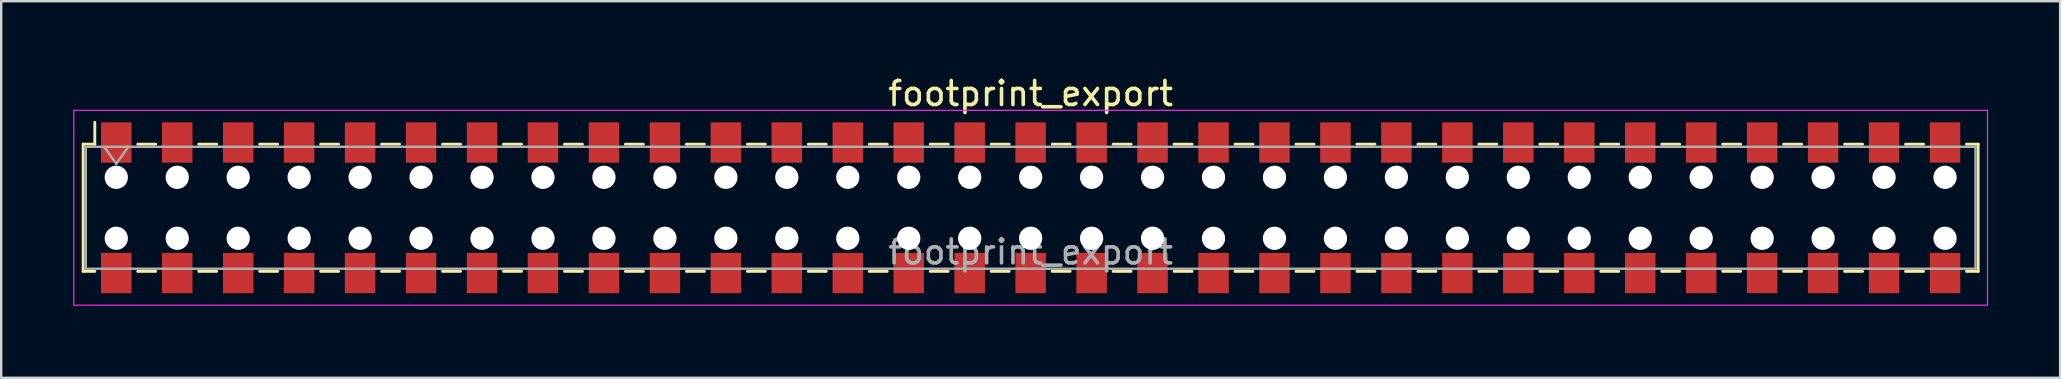
<source format=kicad_pcb>
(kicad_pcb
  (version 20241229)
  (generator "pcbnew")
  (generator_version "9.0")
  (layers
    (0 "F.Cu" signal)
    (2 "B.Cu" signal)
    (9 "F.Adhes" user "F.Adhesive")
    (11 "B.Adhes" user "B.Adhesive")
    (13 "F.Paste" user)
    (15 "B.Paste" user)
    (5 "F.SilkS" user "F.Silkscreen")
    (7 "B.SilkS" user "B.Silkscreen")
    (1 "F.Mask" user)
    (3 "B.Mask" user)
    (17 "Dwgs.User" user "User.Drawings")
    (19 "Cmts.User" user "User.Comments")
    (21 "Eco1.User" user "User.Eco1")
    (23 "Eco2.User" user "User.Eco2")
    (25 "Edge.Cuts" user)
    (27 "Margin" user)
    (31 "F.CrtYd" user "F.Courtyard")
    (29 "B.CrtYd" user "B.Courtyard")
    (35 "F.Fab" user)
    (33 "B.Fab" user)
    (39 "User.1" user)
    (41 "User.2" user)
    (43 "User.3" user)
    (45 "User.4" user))
  (footprint "footprint_export"
    (layer "F.Cu")
    (at 39.895 5.608)
    (property "Reference" "footprint_export" (at 0 -4.76 0) (layer "F.SilkS") (effects (font (size 1 1) (thickness 0.15))))
    (attr smd)
    (fp_line (start -39.48 -2.65) (end -39.48 2.65) (stroke (width 0.12) (type solid)) (layer "F.SilkS"))
    (fp_line (start -39.48 2.65) (end -38.995 2.65) (stroke (width 0.12) (type solid)) (layer "F.SilkS"))
    (fp_line (start -38.995 -3.56) (end -38.995 -2.65) (stroke (width 0.12) (type solid)) (layer "F.SilkS"))
    (fp_line (start -38.995 -2.65) (end -39.48 -2.65) (stroke (width 0.12) (type solid)) (layer "F.SilkS"))
    (fp_line (start -37.205 -2.65) (end -36.455 -2.65) (stroke (width 0.12) (type solid)) (layer "F.SilkS"))
    (fp_line (start -37.205 2.65) (end -36.455 2.65) (stroke (width 0.12) (type solid)) (layer "F.SilkS"))
    (fp_line (start -34.665 -2.65) (end -33.915 -2.65) (stroke (width 0.12) (type solid)) (layer "F.SilkS"))
    (fp_line (start -34.665 2.65) (end -33.915 2.65) (stroke (width 0.12) (type solid)) (layer "F.SilkS"))
    (fp_line (start -32.125 -2.65) (end -31.375 -2.65) (stroke (width 0.12) (type solid)) (layer "F.SilkS"))
    (fp_line (start -32.125 2.65) (end -31.375 2.65) (stroke (width 0.12) (type solid)) (layer "F.SilkS"))
    (fp_line (start -29.585 -2.65) (end -28.835 -2.65) (stroke (width 0.12) (type solid)) (layer "F.SilkS"))
    (fp_line (start -29.585 2.65) (end -28.835 2.65) (stroke (width 0.12) (type solid)) (layer "F.SilkS"))
    (fp_line (start -27.045 -2.65) (end -26.295 -2.65) (stroke (width 0.12) (type solid)) (layer "F.SilkS"))
    (fp_line (start -27.045 2.65) (end -26.295 2.65) (stroke (width 0.12) (type solid)) (layer "F.SilkS"))
    (fp_line (start -24.505 -2.65) (end -23.755 -2.65) (stroke (width 0.12) (type solid)) (layer "F.SilkS"))
    (fp_line (start -24.505 2.65) (end -23.755 2.65) (stroke (width 0.12) (type solid)) (layer "F.SilkS"))
    (fp_line (start -21.965 -2.65) (end -21.215 -2.65) (stroke (width 0.12) (type solid)) (layer "F.SilkS"))
    (fp_line (start -21.965 2.65) (end -21.215 2.65) (stroke (width 0.12) (type solid)) (layer "F.SilkS"))
    (fp_line (start -19.425 -2.65) (end -18.675 -2.65) (stroke (width 0.12) (type solid)) (layer "F.SilkS"))
    (fp_line (start -19.425 2.65) (end -18.675 2.65) (stroke (width 0.12) (type solid)) (layer "F.SilkS"))
    (fp_line (start -16.885 -2.65) (end -16.135 -2.65) (stroke (width 0.12) (type solid)) (layer "F.SilkS"))
    (fp_line (start -16.885 2.65) (end -16.135 2.65) (stroke (width 0.12) (type solid)) (layer "F.SilkS"))
    (fp_line (start -14.345 -2.65) (end -13.595 -2.65) (stroke (width 0.12) (type solid)) (layer "F.SilkS"))
    (fp_line (start -14.345 2.65) (end -13.595 2.65) (stroke (width 0.12) (type solid)) (layer "F.SilkS"))
    (fp_line (start -11.805 -2.65) (end -11.055 -2.65) (stroke (width 0.12) (type solid)) (layer "F.SilkS"))
    (fp_line (start -11.805 2.65) (end -11.055 2.65) (stroke (width 0.12) (type solid)) (layer "F.SilkS"))
    (fp_line (start -9.265 -2.65) (end -8.515 -2.65) (stroke (width 0.12) (type solid)) (layer "F.SilkS"))
    (fp_line (start -9.265 2.65) (end -8.515 2.65) (stroke (width 0.12) (type solid)) (layer "F.SilkS"))
    (fp_line (start -6.725 -2.65) (end -5.975 -2.65) (stroke (width 0.12) (type solid)) (layer "F.SilkS"))
    (fp_line (start -6.725 2.65) (end -5.975 2.65) (stroke (width 0.12) (type solid)) (layer "F.SilkS"))
    (fp_line (start -4.185 -2.65) (end -3.435 -2.65) (stroke (width 0.12) (type solid)) (layer "F.SilkS"))
    (fp_line (start -4.185 2.65) (end -3.435 2.65) (stroke (width 0.12) (type solid)) (layer "F.SilkS"))
    (fp_line (start -1.645 -2.65) (end -0.895 -2.65) (stroke (width 0.12) (type solid)) (layer "F.SilkS"))
    (fp_line (start -1.645 2.65) (end -0.895 2.65) (stroke (width 0.12) (type solid)) (layer "F.SilkS"))
    (fp_line (start 0.895 -2.65) (end 1.645 -2.65) (stroke (width 0.12) (type solid)) (layer "F.SilkS"))
    (fp_line (start 0.895 2.65) (end 1.645 2.65) (stroke (width 0.12) (type solid)) (layer "F.SilkS"))
    (fp_line (start 3.435 -2.65) (end 4.185 -2.65) (stroke (width 0.12) (type solid)) (layer "F.SilkS"))
    (fp_line (start 3.435 2.65) (end 4.185 2.65) (stroke (width 0.12) (type solid)) (layer "F.SilkS"))
    (fp_line (start 5.975 -2.65) (end 6.725 -2.65) (stroke (width 0.12) (type solid)) (layer "F.SilkS"))
    (fp_line (start 5.975 2.65) (end 6.725 2.65) (stroke (width 0.12) (type solid)) (layer "F.SilkS"))
    (fp_line (start 8.515 -2.65) (end 9.265 -2.65) (stroke (width 0.12) (type solid)) (layer "F.SilkS"))
    (fp_line (start 8.515 2.65) (end 9.265 2.65) (stroke (width 0.12) (type solid)) (layer "F.SilkS"))
    (fp_line (start 11.055 -2.65) (end 11.805 -2.65) (stroke (width 0.12) (type solid)) (layer "F.SilkS"))
    (fp_line (start 11.055 2.65) (end 11.805 2.65) (stroke (width 0.12) (type solid)) (layer "F.SilkS"))
    (fp_line (start 13.595 -2.65) (end 14.345 -2.65) (stroke (width 0.12) (type solid)) (layer "F.SilkS"))
    (fp_line (start 13.595 2.65) (end 14.345 2.65) (stroke (width 0.12) (type solid)) (layer "F.SilkS"))
    (fp_line (start 16.135 -2.65) (end 16.885 -2.65) (stroke (width 0.12) (type solid)) (layer "F.SilkS"))
    (fp_line (start 16.135 2.65) (end 16.885 2.65) (stroke (width 0.12) (type solid)) (layer "F.SilkS"))
    (fp_line (start 18.675 -2.65) (end 19.425 -2.65) (stroke (width 0.12) (type solid)) (layer "F.SilkS"))
    (fp_line (start 18.675 2.65) (end 19.425 2.65) (stroke (width 0.12) (type solid)) (layer "F.SilkS"))
    (fp_line (start 21.215 -2.65) (end 21.965 -2.65) (stroke (width 0.12) (type solid)) (layer "F.SilkS"))
    (fp_line (start 21.215 2.65) (end 21.965 2.65) (stroke (width 0.12) (type solid)) (layer "F.SilkS"))
    (fp_line (start 23.755 -2.65) (end 24.505 -2.65) (stroke (width 0.12) (type solid)) (layer "F.SilkS"))
    (fp_line (start 23.755 2.65) (end 24.505 2.65) (stroke (width 0.12) (type solid)) (layer "F.SilkS"))
    (fp_line (start 26.295 -2.65) (end 27.045 -2.65) (stroke (width 0.12) (type solid)) (layer "F.SilkS"))
    (fp_line (start 26.295 2.65) (end 27.045 2.65) (stroke (width 0.12) (type solid)) (layer "F.SilkS"))
    (fp_line (start 28.835 -2.65) (end 29.585 -2.65) (stroke (width 0.12) (type solid)) (layer "F.SilkS"))
    (fp_line (start 28.835 2.65) (end 29.585 2.65) (stroke (width 0.12) (type solid)) (layer "F.SilkS"))
    (fp_line (start 31.375 -2.65) (end 32.125 -2.65) (stroke (width 0.12) (type solid)) (layer "F.SilkS"))
    (fp_line (start 31.375 2.65) (end 32.125 2.65) (stroke (width 0.12) (type solid)) (layer "F.SilkS"))
    (fp_line (start 33.915 -2.65) (end 34.665 -2.65) (stroke (width 0.12) (type solid)) (layer "F.SilkS"))
    (fp_line (start 33.915 2.65) (end 34.665 2.65) (stroke (width 0.12) (type solid)) (layer "F.SilkS"))
    (fp_line (start 36.455 -2.65) (end 37.205 -2.65) (stroke (width 0.12) (type solid)) (layer "F.SilkS"))
    (fp_line (start 36.455 2.65) (end 37.205 2.65) (stroke (width 0.12) (type solid)) (layer "F.SilkS"))
    (fp_line (start 38.995 -2.65) (end 39.48 -2.65) (stroke (width 0.12) (type solid)) (layer "F.SilkS"))
    (fp_line (start 39.48 -2.65) (end 39.48 2.65) (stroke (width 0.12) (type solid)) (layer "F.SilkS"))
    (fp_line (start 39.48 2.65) (end 38.995 2.65) (stroke (width 0.12) (type solid)) (layer "F.SilkS"))
    (fp_line (start -39.87 -4.06) (end 39.87 -4.06) (stroke (width 0.05) (type solid)) (layer "F.CrtYd"))
    (fp_line (start -39.87 4.06) (end -39.87 -4.06) (stroke (width 0.05) (type solid)) (layer "F.CrtYd"))
    (fp_line (start 39.87 -4.06) (end 39.87 4.06) (stroke (width 0.05) (type solid)) (layer "F.CrtYd"))
    (fp_line (start 39.87 4.06) (end -39.87 4.06) (stroke (width 0.05) (type solid)) (layer "F.CrtYd"))
    (fp_line (start -39.37 -2.54) (end 39.37 -2.54) (stroke (width 0.1) (type solid)) (layer "F.Fab"))
    (fp_line (start -39.37 2.54) (end -39.37 -2.54) (stroke (width 0.1) (type solid)) (layer "F.Fab"))
    (fp_line (start -38.6 -2.54) (end -38.1 -1.833) (stroke (width 0.1) (type solid)) (layer "F.Fab"))
    (fp_line (start -38.1 -1.833) (end -37.6 -2.54) (stroke (width 0.1) (type solid)) (layer "F.Fab"))
    (fp_line (start 39.37 -2.54) (end 39.37 2.54) (stroke (width 0.1) (type solid)) (layer "F.Fab"))
    (fp_line (start 39.37 2.54) (end -39.37 2.54) (stroke (width 0.1) (type solid)) (layer "F.Fab"))
    (fp_text user "${REFERENCE}" (at 0 1.84 0) (layer "F.Fab") (effects (font (size 1 1) (thickness 0.15))))
    (pad "" np_thru_hole circle (at -38.1 -1.27) (size 0.97 0.97) (drill 0.97) (layers "*.Cu" "*.Mask"))
    (pad "" np_thru_hole circle (at -38.1 1.27) (size 0.97 0.97) (drill 0.97) (layers "*.Cu" "*.Mask"))
    (pad "" np_thru_hole circle (at -35.56 -1.27) (size 0.97 0.97) (drill 0.97) (layers "*.Cu" "*.Mask"))
    (pad "" np_thru_hole circle (at -35.56 1.27) (size 0.97 0.97) (drill 0.97) (layers "*.Cu" "*.Mask"))
    (pad "" np_thru_hole circle (at -33.02 -1.27) (size 0.97 0.97) (drill 0.97) (layers "*.Cu" "*.Mask"))
    (pad "" np_thru_hole circle (at -33.02 1.27) (size 0.97 0.97) (drill 0.97) (layers "*.Cu" "*.Mask"))
    (pad "" np_thru_hole circle (at -30.48 -1.27) (size 0.97 0.97) (drill 0.97) (layers "*.Cu" "*.Mask"))
    (pad "" np_thru_hole circle (at -30.48 1.27) (size 0.97 0.97) (drill 0.97) (layers "*.Cu" "*.Mask"))
    (pad "" np_thru_hole circle (at -27.94 -1.27) (size 0.97 0.97) (drill 0.97) (layers "*.Cu" "*.Mask"))
    (pad "" np_thru_hole circle (at -27.94 1.27) (size 0.97 0.97) (drill 0.97) (layers "*.Cu" "*.Mask"))
    (pad "" np_thru_hole circle (at -25.4 -1.27) (size 0.97 0.97) (drill 0.97) (layers "*.Cu" "*.Mask"))
    (pad "" np_thru_hole circle (at -25.4 1.27) (size 0.97 0.97) (drill 0.97) (layers "*.Cu" "*.Mask"))
    (pad "" np_thru_hole circle (at -22.86 -1.27) (size 0.97 0.97) (drill 0.97) (layers "*.Cu" "*.Mask"))
    (pad "" np_thru_hole circle (at -22.86 1.27) (size 0.97 0.97) (drill 0.97) (layers "*.Cu" "*.Mask"))
    (pad "" np_thru_hole circle (at -20.32 -1.27) (size 0.97 0.97) (drill 0.97) (layers "*.Cu" "*.Mask"))
    (pad "" np_thru_hole circle (at -20.32 1.27) (size 0.97 0.97) (drill 0.97) (layers "*.Cu" "*.Mask"))
    (pad "" np_thru_hole circle (at -17.78 -1.27) (size 0.97 0.97) (drill 0.97) (layers "*.Cu" "*.Mask"))
    (pad "" np_thru_hole circle (at -17.78 1.27) (size 0.97 0.97) (drill 0.97) (layers "*.Cu" "*.Mask"))
    (pad "" np_thru_hole circle (at -15.24 -1.27) (size 0.97 0.97) (drill 0.97) (layers "*.Cu" "*.Mask"))
    (pad "" np_thru_hole circle (at -15.24 1.27) (size 0.97 0.97) (drill 0.97) (layers "*.Cu" "*.Mask"))
    (pad "" np_thru_hole circle (at -12.7 -1.27) (size 0.97 0.97) (drill 0.97) (layers "*.Cu" "*.Mask"))
    (pad "" np_thru_hole circle (at -12.7 1.27) (size 0.97 0.97) (drill 0.97) (layers "*.Cu" "*.Mask"))
    (pad "" np_thru_hole circle (at -10.16 -1.27) (size 0.97 0.97) (drill 0.97) (layers "*.Cu" "*.Mask"))
    (pad "" np_thru_hole circle (at -10.16 1.27) (size 0.97 0.97) (drill 0.97) (layers "*.Cu" "*.Mask"))
    (pad "" np_thru_hole circle (at -7.62 -1.27) (size 0.97 0.97) (drill 0.97) (layers "*.Cu" "*.Mask"))
    (pad "" np_thru_hole circle (at -7.62 1.27) (size 0.97 0.97) (drill 0.97) (layers "*.Cu" "*.Mask"))
    (pad "" np_thru_hole circle (at -5.08 -1.27) (size 0.97 0.97) (drill 0.97) (layers "*.Cu" "*.Mask"))
    (pad "" np_thru_hole circle (at -5.08 1.27) (size 0.97 0.97) (drill 0.97) (layers "*.Cu" "*.Mask"))
    (pad "" np_thru_hole circle (at -2.54 -1.27) (size 0.97 0.97) (drill 0.97) (layers "*.Cu" "*.Mask"))
    (pad "" np_thru_hole circle (at -2.54 1.27) (size 0.97 0.97) (drill 0.97) (layers "*.Cu" "*.Mask"))
    (pad "" np_thru_hole circle (at 0 -1.27) (size 0.97 0.97) (drill 0.97) (layers "*.Cu" "*.Mask"))
    (pad "" np_thru_hole circle (at 0 1.27) (size 0.97 0.97) (drill 0.97) (layers "*.Cu" "*.Mask"))
    (pad "" np_thru_hole circle (at 2.54 -1.27) (size 0.97 0.97) (drill 0.97) (layers "*.Cu" "*.Mask"))
    (pad "" np_thru_hole circle (at 2.54 1.27) (size 0.97 0.97) (drill 0.97) (layers "*.Cu" "*.Mask"))
    (pad "" np_thru_hole circle (at 5.08 -1.27) (size 0.97 0.97) (drill 0.97) (layers "*.Cu" "*.Mask"))
    (pad "" np_thru_hole circle (at 5.08 1.27) (size 0.97 0.97) (drill 0.97) (layers "*.Cu" "*.Mask"))
    (pad "" np_thru_hole circle (at 7.62 -1.27) (size 0.97 0.97) (drill 0.97) (layers "*.Cu" "*.Mask"))
    (pad "" np_thru_hole circle (at 7.62 1.27) (size 0.97 0.97) (drill 0.97) (layers "*.Cu" "*.Mask"))
    (pad "" np_thru_hole circle (at 10.16 -1.27) (size 0.97 0.97) (drill 0.97) (layers "*.Cu" "*.Mask"))
    (pad "" np_thru_hole circle (at 10.16 1.27) (size 0.97 0.97) (drill 0.97) (layers "*.Cu" "*.Mask"))
    (pad "" np_thru_hole circle (at 12.7 -1.27) (size 0.97 0.97) (drill 0.97) (layers "*.Cu" "*.Mask"))
    (pad "" np_thru_hole circle (at 12.7 1.27) (size 0.97 0.97) (drill 0.97) (layers "*.Cu" "*.Mask"))
    (pad "" np_thru_hole circle (at 15.24 -1.27) (size 0.97 0.97) (drill 0.97) (layers "*.Cu" "*.Mask"))
    (pad "" np_thru_hole circle (at 15.24 1.27) (size 0.97 0.97) (drill 0.97) (layers "*.Cu" "*.Mask"))
    (pad "" np_thru_hole circle (at 17.78 -1.27) (size 0.97 0.97) (drill 0.97) (layers "*.Cu" "*.Mask"))
    (pad "" np_thru_hole circle (at 17.78 1.27) (size 0.97 0.97) (drill 0.97) (layers "*.Cu" "*.Mask"))
    (pad "" np_thru_hole circle (at 20.32 -1.27) (size 0.97 0.97) (drill 0.97) (layers "*.Cu" "*.Mask"))
    (pad "" np_thru_hole circle (at 20.32 1.27) (size 0.97 0.97) (drill 0.97) (layers "*.Cu" "*.Mask"))
    (pad "" np_thru_hole circle (at 22.86 -1.27) (size 0.97 0.97) (drill 0.97) (layers "*.Cu" "*.Mask"))
    (pad "" np_thru_hole circle (at 22.86 1.27) (size 0.97 0.97) (drill 0.97) (layers "*.Cu" "*.Mask"))
    (pad "" np_thru_hole circle (at 25.4 -1.27) (size 0.97 0.97) (drill 0.97) (layers "*.Cu" "*.Mask"))
    (pad "" np_thru_hole circle (at 25.4 1.27) (size 0.97 0.97) (drill 0.97) (layers "*.Cu" "*.Mask"))
    (pad "" np_thru_hole circle (at 27.94 -1.27) (size 0.97 0.97) (drill 0.97) (layers "*.Cu" "*.Mask"))
    (pad "" np_thru_hole circle (at 27.94 1.27) (size 0.97 0.97) (drill 0.97) (layers "*.Cu" "*.Mask"))
    (pad "" np_thru_hole circle (at 30.48 -1.27) (size 0.97 0.97) (drill 0.97) (layers "*.Cu" "*.Mask"))
    (pad "" np_thru_hole circle (at 30.48 1.27) (size 0.97 0.97) (drill 0.97) (layers "*.Cu" "*.Mask"))
    (pad "" np_thru_hole circle (at 33.02 -1.27) (size 0.97 0.97) (drill 0.97) (layers "*.Cu" "*.Mask"))
    (pad "" np_thru_hole circle (at 33.02 1.27) (size 0.97 0.97) (drill 0.97) (layers "*.Cu" "*.Mask"))
    (pad "" np_thru_hole circle (at 35.56 -1.27) (size 0.97 0.97) (drill 0.97) (layers "*.Cu" "*.Mask"))
    (pad "" np_thru_hole circle (at 35.56 1.27) (size 0.97 0.97) (drill 0.97) (layers "*.Cu" "*.Mask"))
    (pad "" np_thru_hole circle (at 38.1 -1.27) (size 0.97 0.97) (drill 0.97) (layers "*.Cu" "*.Mask"))
    (pad "" np_thru_hole circle (at 38.1 1.27) (size 0.97 0.97) (drill 0.97) (layers "*.Cu" "*.Mask"))
    (pad "1" smd rect (at -38.1 -2.72) (size 1.27 1.68) (layers "F.Cu" "F.Mask" "F.Paste"))
    (pad "2" smd rect (at -38.1 2.72) (size 1.27 1.68) (layers "F.Cu" "F.Mask" "F.Paste"))
    (pad "3" smd rect (at -35.56 -2.72) (size 1.27 1.68) (layers "F.Cu" "F.Mask" "F.Paste"))
    (pad "4" smd rect (at -35.56 2.72) (size 1.27 1.68) (layers "F.Cu" "F.Mask" "F.Paste"))
    (pad "5" smd rect (at -33.02 -2.72) (size 1.27 1.68) (layers "F.Cu" "F.Mask" "F.Paste"))
    (pad "6" smd rect (at -33.02 2.72) (size 1.27 1.68) (layers "F.Cu" "F.Mask" "F.Paste"))
    (pad "7" smd rect (at -30.48 -2.72) (size 1.27 1.68) (layers "F.Cu" "F.Mask" "F.Paste"))
    (pad "8" smd rect (at -30.48 2.72) (size 1.27 1.68) (layers "F.Cu" "F.Mask" "F.Paste"))
    (pad "9" smd rect (at -27.94 -2.72) (size 1.27 1.68) (layers "F.Cu" "F.Mask" "F.Paste"))
    (pad "10" smd rect (at -27.94 2.72) (size 1.27 1.68) (layers "F.Cu" "F.Mask" "F.Paste"))
    (pad "11" smd rect (at -25.4 -2.72) (size 1.27 1.68) (layers "F.Cu" "F.Mask" "F.Paste"))
    (pad "12" smd rect (at -25.4 2.72) (size 1.27 1.68) (layers "F.Cu" "F.Mask" "F.Paste"))
    (pad "13" smd rect (at -22.86 -2.72) (size 1.27 1.68) (layers "F.Cu" "F.Mask" "F.Paste"))
    (pad "14" smd rect (at -22.86 2.72) (size 1.27 1.68) (layers "F.Cu" "F.Mask" "F.Paste"))
    (pad "15" smd rect (at -20.32 -2.72) (size 1.27 1.68) (layers "F.Cu" "F.Mask" "F.Paste"))
    (pad "16" smd rect (at -20.32 2.72) (size 1.27 1.68) (layers "F.Cu" "F.Mask" "F.Paste"))
    (pad "17" smd rect (at -17.78 -2.72) (size 1.27 1.68) (layers "F.Cu" "F.Mask" "F.Paste"))
    (pad "18" smd rect (at -17.78 2.72) (size 1.27 1.68) (layers "F.Cu" "F.Mask" "F.Paste"))
    (pad "19" smd rect (at -15.24 -2.72) (size 1.27 1.68) (layers "F.Cu" "F.Mask" "F.Paste"))
    (pad "20" smd rect (at -15.24 2.72) (size 1.27 1.68) (layers "F.Cu" "F.Mask" "F.Paste"))
    (pad "21" smd rect (at -12.7 -2.72) (size 1.27 1.68) (layers "F.Cu" "F.Mask" "F.Paste"))
    (pad "22" smd rect (at -12.7 2.72) (size 1.27 1.68) (layers "F.Cu" "F.Mask" "F.Paste"))
    (pad "23" smd rect (at -10.16 -2.72) (size 1.27 1.68) (layers "F.Cu" "F.Mask" "F.Paste"))
    (pad "24" smd rect (at -10.16 2.72) (size 1.27 1.68) (layers "F.Cu" "F.Mask" "F.Paste"))
    (pad "25" smd rect (at -7.62 -2.72) (size 1.27 1.68) (layers "F.Cu" "F.Mask" "F.Paste"))
    (pad "26" smd rect (at -7.62 2.72) (size 1.27 1.68) (layers "F.Cu" "F.Mask" "F.Paste"))
    (pad "27" smd rect (at -5.08 -2.72) (size 1.27 1.68) (layers "F.Cu" "F.Mask" "F.Paste"))
    (pad "28" smd rect (at -5.08 2.72) (size 1.27 1.68) (layers "F.Cu" "F.Mask" "F.Paste"))
    (pad "29" smd rect (at -2.54 -2.72) (size 1.27 1.68) (layers "F.Cu" "F.Mask" "F.Paste"))
    (pad "30" smd rect (at -2.54 2.72) (size 1.27 1.68) (layers "F.Cu" "F.Mask" "F.Paste"))
    (pad "31" smd rect (at 0 -2.72) (size 1.27 1.68) (layers "F.Cu" "F.Mask" "F.Paste"))
    (pad "32" smd rect (at 0 2.72) (size 1.27 1.68) (layers "F.Cu" "F.Mask" "F.Paste"))
    (pad "33" smd rect (at 2.54 -2.72) (size 1.27 1.68) (layers "F.Cu" "F.Mask" "F.Paste"))
    (pad "34" smd rect (at 2.54 2.72) (size 1.27 1.68) (layers "F.Cu" "F.Mask" "F.Paste"))
    (pad "35" smd rect (at 5.08 -2.72) (size 1.27 1.68) (layers "F.Cu" "F.Mask" "F.Paste"))
    (pad "36" smd rect (at 5.08 2.72) (size 1.27 1.68) (layers "F.Cu" "F.Mask" "F.Paste"))
    (pad "37" smd rect (at 7.62 -2.72) (size 1.27 1.68) (layers "F.Cu" "F.Mask" "F.Paste"))
    (pad "38" smd rect (at 7.62 2.72) (size 1.27 1.68) (layers "F.Cu" "F.Mask" "F.Paste"))
    (pad "39" smd rect (at 10.16 -2.72) (size 1.27 1.68) (layers "F.Cu" "F.Mask" "F.Paste"))
    (pad "40" smd rect (at 10.16 2.72) (size 1.27 1.68) (layers "F.Cu" "F.Mask" "F.Paste"))
    (pad "41" smd rect (at 12.7 -2.72) (size 1.27 1.68) (layers "F.Cu" "F.Mask" "F.Paste"))
    (pad "42" smd rect (at 12.7 2.72) (size 1.27 1.68) (layers "F.Cu" "F.Mask" "F.Paste"))
    (pad "43" smd rect (at 15.24 -2.72) (size 1.27 1.68) (layers "F.Cu" "F.Mask" "F.Paste"))
    (pad "44" smd rect (at 15.24 2.72) (size 1.27 1.68) (layers "F.Cu" "F.Mask" "F.Paste"))
    (pad "45" smd rect (at 17.78 -2.72) (size 1.27 1.68) (layers "F.Cu" "F.Mask" "F.Paste"))
    (pad "46" smd rect (at 17.78 2.72) (size 1.27 1.68) (layers "F.Cu" "F.Mask" "F.Paste"))
    (pad "47" smd rect (at 20.32 -2.72) (size 1.27 1.68) (layers "F.Cu" "F.Mask" "F.Paste"))
    (pad "48" smd rect (at 20.32 2.72) (size 1.27 1.68) (layers "F.Cu" "F.Mask" "F.Paste"))
    (pad "49" smd rect (at 22.86 -2.72) (size 1.27 1.68) (layers "F.Cu" "F.Mask" "F.Paste"))
    (pad "50" smd rect (at 22.86 2.72) (size 1.27 1.68) (layers "F.Cu" "F.Mask" "F.Paste"))
    (pad "51" smd rect (at 25.4 -2.72) (size 1.27 1.68) (layers "F.Cu" "F.Mask" "F.Paste"))
    (pad "52" smd rect (at 25.4 2.72) (size 1.27 1.68) (layers "F.Cu" "F.Mask" "F.Paste"))
    (pad "53" smd rect (at 27.94 -2.72) (size 1.27 1.68) (layers "F.Cu" "F.Mask" "F.Paste"))
    (pad "54" smd rect (at 27.94 2.72) (size 1.27 1.68) (layers "F.Cu" "F.Mask" "F.Paste"))
    (pad "55" smd rect (at 30.48 -2.72) (size 1.27 1.68) (layers "F.Cu" "F.Mask" "F.Paste"))
    (pad "56" smd rect (at 30.48 2.72) (size 1.27 1.68) (layers "F.Cu" "F.Mask" "F.Paste"))
    (pad "57" smd rect (at 33.02 -2.72) (size 1.27 1.68) (layers "F.Cu" "F.Mask" "F.Paste"))
    (pad "58" smd rect (at 33.02 2.72) (size 1.27 1.68) (layers "F.Cu" "F.Mask" "F.Paste"))
    (pad "59" smd rect (at 35.56 -2.72) (size 1.27 1.68) (layers "F.Cu" "F.Mask" "F.Paste"))
    (pad "60" smd rect (at 35.56 2.72) (size 1.27 1.68) (layers "F.Cu" "F.Mask" "F.Paste"))
    (pad "61" smd rect (at 38.1 -2.72) (size 1.27 1.68) (layers "F.Cu" "F.Mask" "F.Paste"))
    (pad "62" smd rect (at 38.1 2.72) (size 1.27 1.68) (layers "F.Cu" "F.Mask" "F.Paste")))
  (gr_rect
    (start -3 -3)
    (end 82.79 12.693)
    (stroke (width 0.1) (type default))
    (fill no)
    (layer "Edge.Cuts")))
</source>
